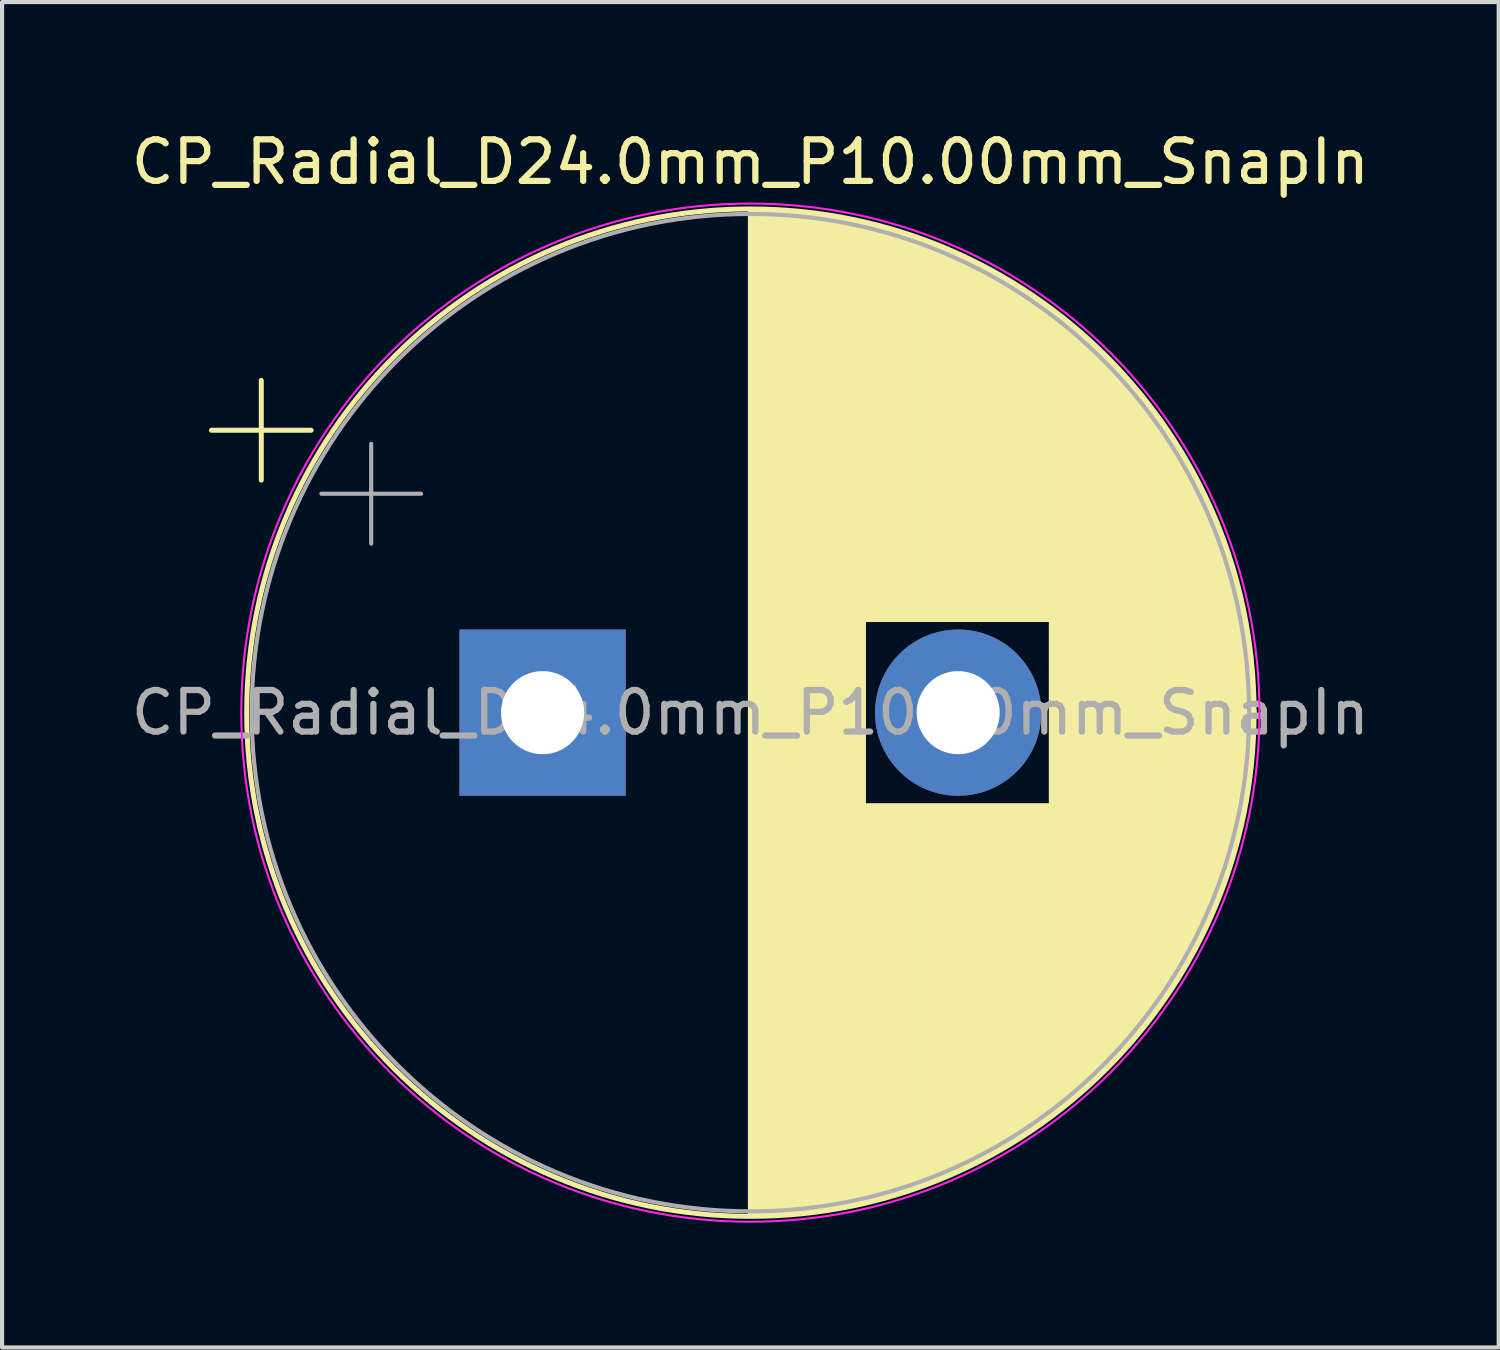
<source format=kicad_pcb>
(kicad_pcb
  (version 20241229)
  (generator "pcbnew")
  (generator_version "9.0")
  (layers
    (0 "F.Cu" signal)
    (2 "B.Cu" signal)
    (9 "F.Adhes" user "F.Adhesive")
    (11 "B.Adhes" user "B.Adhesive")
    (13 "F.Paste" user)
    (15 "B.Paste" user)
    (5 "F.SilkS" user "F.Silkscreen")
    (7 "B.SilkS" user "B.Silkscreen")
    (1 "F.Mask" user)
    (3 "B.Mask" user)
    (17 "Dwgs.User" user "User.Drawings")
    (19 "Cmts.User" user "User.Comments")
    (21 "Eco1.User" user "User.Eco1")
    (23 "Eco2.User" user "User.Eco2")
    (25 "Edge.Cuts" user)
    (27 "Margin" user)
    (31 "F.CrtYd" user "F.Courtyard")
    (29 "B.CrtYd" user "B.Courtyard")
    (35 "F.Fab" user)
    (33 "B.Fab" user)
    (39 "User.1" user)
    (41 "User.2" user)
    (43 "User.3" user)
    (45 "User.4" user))
  (footprint "CP_Radial_D24.0mm_P10.00mm_SnapIn"
    (layer "F.Cu")
    (at 10.006 14.098)
    (property "Reference" "CP_Radial_D24.0mm_P10.00mm_SnapIn" (at 5 -13.25 0) (layer "F.SilkS") (effects (font (size 1 1) (thickness 0.15))))
    (attr through_hole)
    (fp_line (start -7.969 -6.795) (end -5.569 -6.795) (stroke (width 0.12) (type solid)) (layer "F.SilkS"))
    (fp_line (start -6.769 -7.995) (end -6.769 -5.595) (stroke (width 0.12) (type solid)) (layer "F.SilkS"))
    (fp_line (start 5 -12.081) (end 5 12.081) (stroke (width 0.12) (type solid)) (layer "F.SilkS"))
    (fp_line (start 5.04 -12.08) (end 5.04 12.08) (stroke (width 0.12) (type solid)) (layer "F.SilkS"))
    (fp_line (start 5.08 -12.08) (end 5.08 12.08) (stroke (width 0.12) (type solid)) (layer "F.SilkS"))
    (fp_line (start 5.12 -12.08) (end 5.12 12.08) (stroke (width 0.12) (type solid)) (layer "F.SilkS"))
    (fp_line (start 5.16 -12.079) (end 5.16 12.079) (stroke (width 0.12) (type solid)) (layer "F.SilkS"))
    (fp_line (start 5.2 -12.079) (end 5.2 12.079) (stroke (width 0.12) (type solid)) (layer "F.SilkS"))
    (fp_line (start 5.24 -12.078) (end 5.24 12.078) (stroke (width 0.12) (type solid)) (layer "F.SilkS"))
    (fp_line (start 5.28 -12.077) (end 5.28 12.077) (stroke (width 0.12) (type solid)) (layer "F.SilkS"))
    (fp_line (start 5.32 -12.076) (end 5.32 12.076) (stroke (width 0.12) (type solid)) (layer "F.SilkS"))
    (fp_line (start 5.36 -12.075) (end 5.36 12.075) (stroke (width 0.12) (type solid)) (layer "F.SilkS"))
    (fp_line (start 5.4 -12.074) (end 5.4 12.074) (stroke (width 0.12) (type solid)) (layer "F.SilkS"))
    (fp_line (start 5.44 -12.073) (end 5.44 12.073) (stroke (width 0.12) (type solid)) (layer "F.SilkS"))
    (fp_line (start 5.48 -12.071) (end 5.48 12.071) (stroke (width 0.12) (type solid)) (layer "F.SilkS"))
    (fp_line (start 5.52 -12.069) (end 5.52 12.069) (stroke (width 0.12) (type solid)) (layer "F.SilkS"))
    (fp_line (start 5.56 -12.068) (end 5.56 12.068) (stroke (width 0.12) (type solid)) (layer "F.SilkS"))
    (fp_line (start 5.6 -12.066) (end 5.6 12.066) (stroke (width 0.12) (type solid)) (layer "F.SilkS"))
    (fp_line (start 5.64 -12.064) (end 5.64 12.064) (stroke (width 0.12) (type solid)) (layer "F.SilkS"))
    (fp_line (start 5.68 -12.061) (end 5.68 12.061) (stroke (width 0.12) (type solid)) (layer "F.SilkS"))
    (fp_line (start 5.721 -12.059) (end 5.721 12.059) (stroke (width 0.12) (type solid)) (layer "F.SilkS"))
    (fp_line (start 5.761 -12.057) (end 5.761 12.057) (stroke (width 0.12) (type solid)) (layer "F.SilkS"))
    (fp_line (start 5.801 -12.054) (end 5.801 12.054) (stroke (width 0.12) (type solid)) (layer "F.SilkS"))
    (fp_line (start 5.841 -12.051) (end 5.841 12.051) (stroke (width 0.12) (type solid)) (layer "F.SilkS"))
    (fp_line (start 5.881 -12.049) (end 5.881 12.049) (stroke (width 0.12) (type solid)) (layer "F.SilkS"))
    (fp_line (start 5.921 -12.046) (end 5.921 12.046) (stroke (width 0.12) (type solid)) (layer "F.SilkS"))
    (fp_line (start 5.961 -12.042) (end 5.961 12.042) (stroke (width 0.12) (type solid)) (layer "F.SilkS"))
    (fp_line (start 6.001 -12.039) (end 6.001 12.039) (stroke (width 0.12) (type solid)) (layer "F.SilkS"))
    (fp_line (start 6.041 -12.036) (end 6.041 12.036) (stroke (width 0.12) (type solid)) (layer "F.SilkS"))
    (fp_line (start 6.081 -12.032) (end 6.081 12.032) (stroke (width 0.12) (type solid)) (layer "F.SilkS"))
    (fp_line (start 6.121 -12.029) (end 6.121 12.029) (stroke (width 0.12) (type solid)) (layer "F.SilkS"))
    (fp_line (start 6.161 -12.025) (end 6.161 12.025) (stroke (width 0.12) (type solid)) (layer "F.SilkS"))
    (fp_line (start 6.201 -12.021) (end 6.201 12.021) (stroke (width 0.12) (type solid)) (layer "F.SilkS"))
    (fp_line (start 6.241 -12.017) (end 6.241 12.017) (stroke (width 0.12) (type solid)) (layer "F.SilkS"))
    (fp_line (start 6.281 -12.013) (end 6.281 12.013) (stroke (width 0.12) (type solid)) (layer "F.SilkS"))
    (fp_line (start 6.321 -12.008) (end 6.321 12.008) (stroke (width 0.12) (type solid)) (layer "F.SilkS"))
    (fp_line (start 6.361 -12.004) (end 6.361 12.004) (stroke (width 0.12) (type solid)) (layer "F.SilkS"))
    (fp_line (start 6.401 -11.999) (end 6.401 11.999) (stroke (width 0.12) (type solid)) (layer "F.SilkS"))
    (fp_line (start 6.441 -11.995) (end 6.441 11.995) (stroke (width 0.12) (type solid)) (layer "F.SilkS"))
    (fp_line (start 6.481 -11.99) (end 6.481 11.99) (stroke (width 0.12) (type solid)) (layer "F.SilkS"))
    (fp_line (start 6.521 -11.985) (end 6.521 11.985) (stroke (width 0.12) (type solid)) (layer "F.SilkS"))
    (fp_line (start 6.561 -11.98) (end 6.561 11.98) (stroke (width 0.12) (type solid)) (layer "F.SilkS"))
    (fp_line (start 6.601 -11.974) (end 6.601 11.974) (stroke (width 0.12) (type solid)) (layer "F.SilkS"))
    (fp_line (start 6.641 -11.969) (end 6.641 11.969) (stroke (width 0.12) (type solid)) (layer "F.SilkS"))
    (fp_line (start 6.681 -11.963) (end 6.681 11.963) (stroke (width 0.12) (type solid)) (layer "F.SilkS"))
    (fp_line (start 6.721 -11.958) (end 6.721 11.958) (stroke (width 0.12) (type solid)) (layer "F.SilkS"))
    (fp_line (start 6.761 -11.952) (end 6.761 11.952) (stroke (width 0.12) (type solid)) (layer "F.SilkS"))
    (fp_line (start 6.801 -11.946) (end 6.801 11.946) (stroke (width 0.12) (type solid)) (layer "F.SilkS"))
    (fp_line (start 6.841 -11.94) (end 6.841 11.94) (stroke (width 0.12) (type solid)) (layer "F.SilkS"))
    (fp_line (start 6.881 -11.934) (end 6.881 11.934) (stroke (width 0.12) (type solid)) (layer "F.SilkS"))
    (fp_line (start 6.921 -11.927) (end 6.921 11.927) (stroke (width 0.12) (type solid)) (layer "F.SilkS"))
    (fp_line (start 6.961 -11.921) (end 6.961 11.921) (stroke (width 0.12) (type solid)) (layer "F.SilkS"))
    (fp_line (start 7.001 -11.914) (end 7.001 11.914) (stroke (width 0.12) (type solid)) (layer "F.SilkS"))
    (fp_line (start 7.041 -11.908) (end 7.041 11.908) (stroke (width 0.12) (type solid)) (layer "F.SilkS"))
    (fp_line (start 7.081 -11.901) (end 7.081 11.901) (stroke (width 0.12) (type solid)) (layer "F.SilkS"))
    (fp_line (start 7.121 -11.894) (end 7.121 11.894) (stroke (width 0.12) (type solid)) (layer "F.SilkS"))
    (fp_line (start 7.161 -11.886) (end 7.161 11.886) (stroke (width 0.12) (type solid)) (layer "F.SilkS"))
    (fp_line (start 7.201 -11.879) (end 7.201 11.879) (stroke (width 0.12) (type solid)) (layer "F.SilkS"))
    (fp_line (start 7.241 -11.872) (end 7.241 11.872) (stroke (width 0.12) (type solid)) (layer "F.SilkS"))
    (fp_line (start 7.281 -11.864) (end 7.281 11.864) (stroke (width 0.12) (type solid)) (layer "F.SilkS"))
    (fp_line (start 7.321 -11.856) (end 7.321 11.856) (stroke (width 0.12) (type solid)) (layer "F.SilkS"))
    (fp_line (start 7.361 -11.849) (end 7.361 11.849) (stroke (width 0.12) (type solid)) (layer "F.SilkS"))
    (fp_line (start 7.401 -11.841) (end 7.401 11.841) (stroke (width 0.12) (type solid)) (layer "F.SilkS"))
    (fp_line (start 7.441 -11.832) (end 7.441 11.832) (stroke (width 0.12) (type solid)) (layer "F.SilkS"))
    (fp_line (start 7.481 -11.824) (end 7.481 11.824) (stroke (width 0.12) (type solid)) (layer "F.SilkS"))
    (fp_line (start 7.521 -11.816) (end 7.521 11.816) (stroke (width 0.12) (type solid)) (layer "F.SilkS"))
    (fp_line (start 7.561 -11.807) (end 7.561 11.807) (stroke (width 0.12) (type solid)) (layer "F.SilkS"))
    (fp_line (start 7.601 -11.798) (end 7.601 11.798) (stroke (width 0.12) (type solid)) (layer "F.SilkS"))
    (fp_line (start 7.641 -11.789) (end 7.641 11.789) (stroke (width 0.12) (type solid)) (layer "F.SilkS"))
    (fp_line (start 7.681 -11.78) (end 7.681 11.78) (stroke (width 0.12) (type solid)) (layer "F.SilkS"))
    (fp_line (start 7.721 -11.771) (end 7.721 11.771) (stroke (width 0.12) (type solid)) (layer "F.SilkS"))
    (fp_line (start 7.761 -11.762) (end 7.761 -2.24) (stroke (width 0.12) (type solid)) (layer "F.SilkS"))
    (fp_line (start 7.761 2.24) (end 7.761 11.762) (stroke (width 0.12) (type solid)) (layer "F.SilkS"))
    (fp_line (start 7.801 -11.753) (end 7.801 -2.24) (stroke (width 0.12) (type solid)) (layer "F.SilkS"))
    (fp_line (start 7.801 2.24) (end 7.801 11.753) (stroke (width 0.12) (type solid)) (layer "F.SilkS"))
    (fp_line (start 7.841 -11.743) (end 7.841 -2.24) (stroke (width 0.12) (type solid)) (layer "F.SilkS"))
    (fp_line (start 7.841 2.24) (end 7.841 11.743) (stroke (width 0.12) (type solid)) (layer "F.SilkS"))
    (fp_line (start 7.881 -11.733) (end 7.881 -2.24) (stroke (width 0.12) (type solid)) (layer "F.SilkS"))
    (fp_line (start 7.881 2.24) (end 7.881 11.733) (stroke (width 0.12) (type solid)) (layer "F.SilkS"))
    (fp_line (start 7.921 -11.723) (end 7.921 -2.24) (stroke (width 0.12) (type solid)) (layer "F.SilkS"))
    (fp_line (start 7.921 2.24) (end 7.921 11.723) (stroke (width 0.12) (type solid)) (layer "F.SilkS"))
    (fp_line (start 7.961 -11.713) (end 7.961 -2.24) (stroke (width 0.12) (type solid)) (layer "F.SilkS"))
    (fp_line (start 7.961 2.24) (end 7.961 11.713) (stroke (width 0.12) (type solid)) (layer "F.SilkS"))
    (fp_line (start 8.001 -11.703) (end 8.001 -2.24) (stroke (width 0.12) (type solid)) (layer "F.SilkS"))
    (fp_line (start 8.001 2.24) (end 8.001 11.703) (stroke (width 0.12) (type solid)) (layer "F.SilkS"))
    (fp_line (start 8.041 -11.693) (end 8.041 -2.24) (stroke (width 0.12) (type solid)) (layer "F.SilkS"))
    (fp_line (start 8.041 2.24) (end 8.041 11.693) (stroke (width 0.12) (type solid)) (layer "F.SilkS"))
    (fp_line (start 8.081 -11.683) (end 8.081 -2.24) (stroke (width 0.12) (type solid)) (layer "F.SilkS"))
    (fp_line (start 8.081 2.24) (end 8.081 11.683) (stroke (width 0.12) (type solid)) (layer "F.SilkS"))
    (fp_line (start 8.121 -11.672) (end 8.121 -2.24) (stroke (width 0.12) (type solid)) (layer "F.SilkS"))
    (fp_line (start 8.121 2.24) (end 8.121 11.672) (stroke (width 0.12) (type solid)) (layer "F.SilkS"))
    (fp_line (start 8.161 -11.661) (end 8.161 -2.24) (stroke (width 0.12) (type solid)) (layer "F.SilkS"))
    (fp_line (start 8.161 2.24) (end 8.161 11.661) (stroke (width 0.12) (type solid)) (layer "F.SilkS"))
    (fp_line (start 8.201 -11.65) (end 8.201 -2.24) (stroke (width 0.12) (type solid)) (layer "F.SilkS"))
    (fp_line (start 8.201 2.24) (end 8.201 11.65) (stroke (width 0.12) (type solid)) (layer "F.SilkS"))
    (fp_line (start 8.241 -11.639) (end 8.241 -2.24) (stroke (width 0.12) (type solid)) (layer "F.SilkS"))
    (fp_line (start 8.241 2.24) (end 8.241 11.639) (stroke (width 0.12) (type solid)) (layer "F.SilkS"))
    (fp_line (start 8.281 -11.628) (end 8.281 -2.24) (stroke (width 0.12) (type solid)) (layer "F.SilkS"))
    (fp_line (start 8.281 2.24) (end 8.281 11.628) (stroke (width 0.12) (type solid)) (layer "F.SilkS"))
    (fp_line (start 8.321 -11.617) (end 8.321 -2.24) (stroke (width 0.12) (type solid)) (layer "F.SilkS"))
    (fp_line (start 8.321 2.24) (end 8.321 11.617) (stroke (width 0.12) (type solid)) (layer "F.SilkS"))
    (fp_line (start 8.361 -11.605) (end 8.361 -2.24) (stroke (width 0.12) (type solid)) (layer "F.SilkS"))
    (fp_line (start 8.361 2.24) (end 8.361 11.605) (stroke (width 0.12) (type solid)) (layer "F.SilkS"))
    (fp_line (start 8.401 -11.594) (end 8.401 -2.24) (stroke (width 0.12) (type solid)) (layer "F.SilkS"))
    (fp_line (start 8.401 2.24) (end 8.401 11.594) (stroke (width 0.12) (type solid)) (layer "F.SilkS"))
    (fp_line (start 8.441 -11.582) (end 8.441 -2.24) (stroke (width 0.12) (type solid)) (layer "F.SilkS"))
    (fp_line (start 8.441 2.24) (end 8.441 11.582) (stroke (width 0.12) (type solid)) (layer "F.SilkS"))
    (fp_line (start 8.481 -11.57) (end 8.481 -2.24) (stroke (width 0.12) (type solid)) (layer "F.SilkS"))
    (fp_line (start 8.481 2.24) (end 8.481 11.57) (stroke (width 0.12) (type solid)) (layer "F.SilkS"))
    (fp_line (start 8.521 -11.558) (end 8.521 -2.24) (stroke (width 0.12) (type solid)) (layer "F.SilkS"))
    (fp_line (start 8.521 2.24) (end 8.521 11.558) (stroke (width 0.12) (type solid)) (layer "F.SilkS"))
    (fp_line (start 8.561 -11.546) (end 8.561 -2.24) (stroke (width 0.12) (type solid)) (layer "F.SilkS"))
    (fp_line (start 8.561 2.24) (end 8.561 11.546) (stroke (width 0.12) (type solid)) (layer "F.SilkS"))
    (fp_line (start 8.601 -11.534) (end 8.601 -2.24) (stroke (width 0.12) (type solid)) (layer "F.SilkS"))
    (fp_line (start 8.601 2.24) (end 8.601 11.534) (stroke (width 0.12) (type solid)) (layer "F.SilkS"))
    (fp_line (start 8.641 -11.521) (end 8.641 -2.24) (stroke (width 0.12) (type solid)) (layer "F.SilkS"))
    (fp_line (start 8.641 2.24) (end 8.641 11.521) (stroke (width 0.12) (type solid)) (layer "F.SilkS"))
    (fp_line (start 8.681 -11.508) (end 8.681 -2.24) (stroke (width 0.12) (type solid)) (layer "F.SilkS"))
    (fp_line (start 8.681 2.24) (end 8.681 11.508) (stroke (width 0.12) (type solid)) (layer "F.SilkS"))
    (fp_line (start 8.721 -11.495) (end 8.721 -2.24) (stroke (width 0.12) (type solid)) (layer "F.SilkS"))
    (fp_line (start 8.721 2.24) (end 8.721 11.495) (stroke (width 0.12) (type solid)) (layer "F.SilkS"))
    (fp_line (start 8.761 -11.483) (end 8.761 -2.24) (stroke (width 0.12) (type solid)) (layer "F.SilkS"))
    (fp_line (start 8.761 2.24) (end 8.761 11.483) (stroke (width 0.12) (type solid)) (layer "F.SilkS"))
    (fp_line (start 8.801 -11.469) (end 8.801 -2.24) (stroke (width 0.12) (type solid)) (layer "F.SilkS"))
    (fp_line (start 8.801 2.24) (end 8.801 11.469) (stroke (width 0.12) (type solid)) (layer "F.SilkS"))
    (fp_line (start 8.841 -11.456) (end 8.841 -2.24) (stroke (width 0.12) (type solid)) (layer "F.SilkS"))
    (fp_line (start 8.841 2.24) (end 8.841 11.456) (stroke (width 0.12) (type solid)) (layer "F.SilkS"))
    (fp_line (start 8.881 -11.443) (end 8.881 -2.24) (stroke (width 0.12) (type solid)) (layer "F.SilkS"))
    (fp_line (start 8.881 2.24) (end 8.881 11.443) (stroke (width 0.12) (type solid)) (layer "F.SilkS"))
    (fp_line (start 8.921 -11.429) (end 8.921 -2.24) (stroke (width 0.12) (type solid)) (layer "F.SilkS"))
    (fp_line (start 8.921 2.24) (end 8.921 11.429) (stroke (width 0.12) (type solid)) (layer "F.SilkS"))
    (fp_line (start 8.961 -11.415) (end 8.961 -2.24) (stroke (width 0.12) (type solid)) (layer "F.SilkS"))
    (fp_line (start 8.961 2.24) (end 8.961 11.415) (stroke (width 0.12) (type solid)) (layer "F.SilkS"))
    (fp_line (start 9.001 -11.401) (end 9.001 -2.24) (stroke (width 0.12) (type solid)) (layer "F.SilkS"))
    (fp_line (start 9.001 2.24) (end 9.001 11.401) (stroke (width 0.12) (type solid)) (layer "F.SilkS"))
    (fp_line (start 9.041 -11.387) (end 9.041 -2.24) (stroke (width 0.12) (type solid)) (layer "F.SilkS"))
    (fp_line (start 9.041 2.24) (end 9.041 11.387) (stroke (width 0.12) (type solid)) (layer "F.SilkS"))
    (fp_line (start 9.081 -11.373) (end 9.081 -2.24) (stroke (width 0.12) (type solid)) (layer "F.SilkS"))
    (fp_line (start 9.081 2.24) (end 9.081 11.373) (stroke (width 0.12) (type solid)) (layer "F.SilkS"))
    (fp_line (start 9.121 -11.359) (end 9.121 -2.24) (stroke (width 0.12) (type solid)) (layer "F.SilkS"))
    (fp_line (start 9.121 2.24) (end 9.121 11.359) (stroke (width 0.12) (type solid)) (layer "F.SilkS"))
    (fp_line (start 9.161 -11.344) (end 9.161 -2.24) (stroke (width 0.12) (type solid)) (layer "F.SilkS"))
    (fp_line (start 9.161 2.24) (end 9.161 11.344) (stroke (width 0.12) (type solid)) (layer "F.SilkS"))
    (fp_line (start 9.201 -11.33) (end 9.201 -2.24) (stroke (width 0.12) (type solid)) (layer "F.SilkS"))
    (fp_line (start 9.201 2.24) (end 9.201 11.33) (stroke (width 0.12) (type solid)) (layer "F.SilkS"))
    (fp_line (start 9.241 -11.315) (end 9.241 -2.24) (stroke (width 0.12) (type solid)) (layer "F.SilkS"))
    (fp_line (start 9.241 2.24) (end 9.241 11.315) (stroke (width 0.12) (type solid)) (layer "F.SilkS"))
    (fp_line (start 9.281 -11.3) (end 9.281 -2.24) (stroke (width 0.12) (type solid)) (layer "F.SilkS"))
    (fp_line (start 9.281 2.24) (end 9.281 11.3) (stroke (width 0.12) (type solid)) (layer "F.SilkS"))
    (fp_line (start 9.321 -11.284) (end 9.321 -2.24) (stroke (width 0.12) (type solid)) (layer "F.SilkS"))
    (fp_line (start 9.321 2.24) (end 9.321 11.284) (stroke (width 0.12) (type solid)) (layer "F.SilkS"))
    (fp_line (start 9.361 -11.269) (end 9.361 -2.24) (stroke (width 0.12) (type solid)) (layer "F.SilkS"))
    (fp_line (start 9.361 2.24) (end 9.361 11.269) (stroke (width 0.12) (type solid)) (layer "F.SilkS"))
    (fp_line (start 9.401 -11.254) (end 9.401 -2.24) (stroke (width 0.12) (type solid)) (layer "F.SilkS"))
    (fp_line (start 9.401 2.24) (end 9.401 11.254) (stroke (width 0.12) (type solid)) (layer "F.SilkS"))
    (fp_line (start 9.441 -11.238) (end 9.441 -2.24) (stroke (width 0.12) (type solid)) (layer "F.SilkS"))
    (fp_line (start 9.441 2.24) (end 9.441 11.238) (stroke (width 0.12) (type solid)) (layer "F.SilkS"))
    (fp_line (start 9.481 -11.222) (end 9.481 -2.24) (stroke (width 0.12) (type solid)) (layer "F.SilkS"))
    (fp_line (start 9.481 2.24) (end 9.481 11.222) (stroke (width 0.12) (type solid)) (layer "F.SilkS"))
    (fp_line (start 9.521 -11.206) (end 9.521 -2.24) (stroke (width 0.12) (type solid)) (layer "F.SilkS"))
    (fp_line (start 9.521 2.24) (end 9.521 11.206) (stroke (width 0.12) (type solid)) (layer "F.SilkS"))
    (fp_line (start 9.561 -11.19) (end 9.561 -2.24) (stroke (width 0.12) (type solid)) (layer "F.SilkS"))
    (fp_line (start 9.561 2.24) (end 9.561 11.19) (stroke (width 0.12) (type solid)) (layer "F.SilkS"))
    (fp_line (start 9.601 -11.174) (end 9.601 -2.24) (stroke (width 0.12) (type solid)) (layer "F.SilkS"))
    (fp_line (start 9.601 2.24) (end 9.601 11.174) (stroke (width 0.12) (type solid)) (layer "F.SilkS"))
    (fp_line (start 9.641 -11.157) (end 9.641 -2.24) (stroke (width 0.12) (type solid)) (layer "F.SilkS"))
    (fp_line (start 9.641 2.24) (end 9.641 11.157) (stroke (width 0.12) (type solid)) (layer "F.SilkS"))
    (fp_line (start 9.681 -11.14) (end 9.681 -2.24) (stroke (width 0.12) (type solid)) (layer "F.SilkS"))
    (fp_line (start 9.681 2.24) (end 9.681 11.14) (stroke (width 0.12) (type solid)) (layer "F.SilkS"))
    (fp_line (start 9.721 -11.124) (end 9.721 -2.24) (stroke (width 0.12) (type solid)) (layer "F.SilkS"))
    (fp_line (start 9.721 2.24) (end 9.721 11.124) (stroke (width 0.12) (type solid)) (layer "F.SilkS"))
    (fp_line (start 9.761 -11.107) (end 9.761 -2.24) (stroke (width 0.12) (type solid)) (layer "F.SilkS"))
    (fp_line (start 9.761 2.24) (end 9.761 11.107) (stroke (width 0.12) (type solid)) (layer "F.SilkS"))
    (fp_line (start 9.801 -11.089) (end 9.801 -2.24) (stroke (width 0.12) (type solid)) (layer "F.SilkS"))
    (fp_line (start 9.801 2.24) (end 9.801 11.089) (stroke (width 0.12) (type solid)) (layer "F.SilkS"))
    (fp_line (start 9.841 -11.072) (end 9.841 -2.24) (stroke (width 0.12) (type solid)) (layer "F.SilkS"))
    (fp_line (start 9.841 2.24) (end 9.841 11.072) (stroke (width 0.12) (type solid)) (layer "F.SilkS"))
    (fp_line (start 9.881 -11.055) (end 9.881 -2.24) (stroke (width 0.12) (type solid)) (layer "F.SilkS"))
    (fp_line (start 9.881 2.24) (end 9.881 11.055) (stroke (width 0.12) (type solid)) (layer "F.SilkS"))
    (fp_line (start 9.921 -11.037) (end 9.921 -2.24) (stroke (width 0.12) (type solid)) (layer "F.SilkS"))
    (fp_line (start 9.921 2.24) (end 9.921 11.037) (stroke (width 0.12) (type solid)) (layer "F.SilkS"))
    (fp_line (start 9.961 -11.019) (end 9.961 -2.24) (stroke (width 0.12) (type solid)) (layer "F.SilkS"))
    (fp_line (start 9.961 2.24) (end 9.961 11.019) (stroke (width 0.12) (type solid)) (layer "F.SilkS"))
    (fp_line (start 10.001 -11.001) (end 10.001 -2.24) (stroke (width 0.12) (type solid)) (layer "F.SilkS"))
    (fp_line (start 10.001 2.24) (end 10.001 11.001) (stroke (width 0.12) (type solid)) (layer "F.SilkS"))
    (fp_line (start 10.041 -10.983) (end 10.041 -2.24) (stroke (width 0.12) (type solid)) (layer "F.SilkS"))
    (fp_line (start 10.041 2.24) (end 10.041 10.983) (stroke (width 0.12) (type solid)) (layer "F.SilkS"))
    (fp_line (start 10.081 -10.964) (end 10.081 -2.24) (stroke (width 0.12) (type solid)) (layer "F.SilkS"))
    (fp_line (start 10.081 2.24) (end 10.081 10.964) (stroke (width 0.12) (type solid)) (layer "F.SilkS"))
    (fp_line (start 10.121 -10.946) (end 10.121 -2.24) (stroke (width 0.12) (type solid)) (layer "F.SilkS"))
    (fp_line (start 10.121 2.24) (end 10.121 10.946) (stroke (width 0.12) (type solid)) (layer "F.SilkS"))
    (fp_line (start 10.161 -10.927) (end 10.161 -2.24) (stroke (width 0.12) (type solid)) (layer "F.SilkS"))
    (fp_line (start 10.161 2.24) (end 10.161 10.927) (stroke (width 0.12) (type solid)) (layer "F.SilkS"))
    (fp_line (start 10.201 -10.908) (end 10.201 -2.24) (stroke (width 0.12) (type solid)) (layer "F.SilkS"))
    (fp_line (start 10.201 2.24) (end 10.201 10.908) (stroke (width 0.12) (type solid)) (layer "F.SilkS"))
    (fp_line (start 10.241 -10.889) (end 10.241 -2.24) (stroke (width 0.12) (type solid)) (layer "F.SilkS"))
    (fp_line (start 10.241 2.24) (end 10.241 10.889) (stroke (width 0.12) (type solid)) (layer "F.SilkS"))
    (fp_line (start 10.281 -10.87) (end 10.281 -2.24) (stroke (width 0.12) (type solid)) (layer "F.SilkS"))
    (fp_line (start 10.281 2.24) (end 10.281 10.87) (stroke (width 0.12) (type solid)) (layer "F.SilkS"))
    (fp_line (start 10.321 -10.85) (end 10.321 -2.24) (stroke (width 0.12) (type solid)) (layer "F.SilkS"))
    (fp_line (start 10.321 2.24) (end 10.321 10.85) (stroke (width 0.12) (type solid)) (layer "F.SilkS"))
    (fp_line (start 10.361 -10.831) (end 10.361 -2.24) (stroke (width 0.12) (type solid)) (layer "F.SilkS"))
    (fp_line (start 10.361 2.24) (end 10.361 10.831) (stroke (width 0.12) (type solid)) (layer "F.SilkS"))
    (fp_line (start 10.401 -10.811) (end 10.401 -2.24) (stroke (width 0.12) (type solid)) (layer "F.SilkS"))
    (fp_line (start 10.401 2.24) (end 10.401 10.811) (stroke (width 0.12) (type solid)) (layer "F.SilkS"))
    (fp_line (start 10.441 -10.791) (end 10.441 -2.24) (stroke (width 0.12) (type solid)) (layer "F.SilkS"))
    (fp_line (start 10.441 2.24) (end 10.441 10.791) (stroke (width 0.12) (type solid)) (layer "F.SilkS"))
    (fp_line (start 10.481 -10.771) (end 10.481 -2.24) (stroke (width 0.12) (type solid)) (layer "F.SilkS"))
    (fp_line (start 10.481 2.24) (end 10.481 10.771) (stroke (width 0.12) (type solid)) (layer "F.SilkS"))
    (fp_line (start 10.521 -10.75) (end 10.521 -2.24) (stroke (width 0.12) (type solid)) (layer "F.SilkS"))
    (fp_line (start 10.521 2.24) (end 10.521 10.75) (stroke (width 0.12) (type solid)) (layer "F.SilkS"))
    (fp_line (start 10.561 -10.73) (end 10.561 -2.24) (stroke (width 0.12) (type solid)) (layer "F.SilkS"))
    (fp_line (start 10.561 2.24) (end 10.561 10.73) (stroke (width 0.12) (type solid)) (layer "F.SilkS"))
    (fp_line (start 10.601 -10.709) (end 10.601 -2.24) (stroke (width 0.12) (type solid)) (layer "F.SilkS"))
    (fp_line (start 10.601 2.24) (end 10.601 10.709) (stroke (width 0.12) (type solid)) (layer "F.SilkS"))
    (fp_line (start 10.641 -10.688) (end 10.641 -2.24) (stroke (width 0.12) (type solid)) (layer "F.SilkS"))
    (fp_line (start 10.641 2.24) (end 10.641 10.688) (stroke (width 0.12) (type solid)) (layer "F.SilkS"))
    (fp_line (start 10.681 -10.667) (end 10.681 -2.24) (stroke (width 0.12) (type solid)) (layer "F.SilkS"))
    (fp_line (start 10.681 2.24) (end 10.681 10.667) (stroke (width 0.12) (type solid)) (layer "F.SilkS"))
    (fp_line (start 10.721 -10.646) (end 10.721 -2.24) (stroke (width 0.12) (type solid)) (layer "F.SilkS"))
    (fp_line (start 10.721 2.24) (end 10.721 10.646) (stroke (width 0.12) (type solid)) (layer "F.SilkS"))
    (fp_line (start 10.761 -10.624) (end 10.761 -2.24) (stroke (width 0.12) (type solid)) (layer "F.SilkS"))
    (fp_line (start 10.761 2.24) (end 10.761 10.624) (stroke (width 0.12) (type solid)) (layer "F.SilkS"))
    (fp_line (start 10.801 -10.603) (end 10.801 -2.24) (stroke (width 0.12) (type solid)) (layer "F.SilkS"))
    (fp_line (start 10.801 2.24) (end 10.801 10.603) (stroke (width 0.12) (type solid)) (layer "F.SilkS"))
    (fp_line (start 10.841 -10.581) (end 10.841 -2.24) (stroke (width 0.12) (type solid)) (layer "F.SilkS"))
    (fp_line (start 10.841 2.24) (end 10.841 10.581) (stroke (width 0.12) (type solid)) (layer "F.SilkS"))
    (fp_line (start 10.881 -10.559) (end 10.881 -2.24) (stroke (width 0.12) (type solid)) (layer "F.SilkS"))
    (fp_line (start 10.881 2.24) (end 10.881 10.559) (stroke (width 0.12) (type solid)) (layer "F.SilkS"))
    (fp_line (start 10.921 -10.536) (end 10.921 -2.24) (stroke (width 0.12) (type solid)) (layer "F.SilkS"))
    (fp_line (start 10.921 2.24) (end 10.921 10.536) (stroke (width 0.12) (type solid)) (layer "F.SilkS"))
    (fp_line (start 10.961 -10.514) (end 10.961 -2.24) (stroke (width 0.12) (type solid)) (layer "F.SilkS"))
    (fp_line (start 10.961 2.24) (end 10.961 10.514) (stroke (width 0.12) (type solid)) (layer "F.SilkS"))
    (fp_line (start 11.001 -10.491) (end 11.001 -2.24) (stroke (width 0.12) (type solid)) (layer "F.SilkS"))
    (fp_line (start 11.001 2.24) (end 11.001 10.491) (stroke (width 0.12) (type solid)) (layer "F.SilkS"))
    (fp_line (start 11.041 -10.468) (end 11.041 -2.24) (stroke (width 0.12) (type solid)) (layer "F.SilkS"))
    (fp_line (start 11.041 2.24) (end 11.041 10.468) (stroke (width 0.12) (type solid)) (layer "F.SilkS"))
    (fp_line (start 11.081 -10.445) (end 11.081 -2.24) (stroke (width 0.12) (type solid)) (layer "F.SilkS"))
    (fp_line (start 11.081 2.24) (end 11.081 10.445) (stroke (width 0.12) (type solid)) (layer "F.SilkS"))
    (fp_line (start 11.121 -10.422) (end 11.121 -2.24) (stroke (width 0.12) (type solid)) (layer "F.SilkS"))
    (fp_line (start 11.121 2.24) (end 11.121 10.422) (stroke (width 0.12) (type solid)) (layer "F.SilkS"))
    (fp_line (start 11.161 -10.398) (end 11.161 -2.24) (stroke (width 0.12) (type solid)) (layer "F.SilkS"))
    (fp_line (start 11.161 2.24) (end 11.161 10.398) (stroke (width 0.12) (type solid)) (layer "F.SilkS"))
    (fp_line (start 11.201 -10.375) (end 11.201 -2.24) (stroke (width 0.12) (type solid)) (layer "F.SilkS"))
    (fp_line (start 11.201 2.24) (end 11.201 10.375) (stroke (width 0.12) (type solid)) (layer "F.SilkS"))
    (fp_line (start 11.241 -10.351) (end 11.241 -2.24) (stroke (width 0.12) (type solid)) (layer "F.SilkS"))
    (fp_line (start 11.241 2.24) (end 11.241 10.351) (stroke (width 0.12) (type solid)) (layer "F.SilkS"))
    (fp_line (start 11.281 -10.327) (end 11.281 -2.24) (stroke (width 0.12) (type solid)) (layer "F.SilkS"))
    (fp_line (start 11.281 2.24) (end 11.281 10.327) (stroke (width 0.12) (type solid)) (layer "F.SilkS"))
    (fp_line (start 11.321 -10.302) (end 11.321 -2.24) (stroke (width 0.12) (type solid)) (layer "F.SilkS"))
    (fp_line (start 11.321 2.24) (end 11.321 10.302) (stroke (width 0.12) (type solid)) (layer "F.SilkS"))
    (fp_line (start 11.361 -10.278) (end 11.361 -2.24) (stroke (width 0.12) (type solid)) (layer "F.SilkS"))
    (fp_line (start 11.361 2.24) (end 11.361 10.278) (stroke (width 0.12) (type solid)) (layer "F.SilkS"))
    (fp_line (start 11.401 -10.253) (end 11.401 -2.24) (stroke (width 0.12) (type solid)) (layer "F.SilkS"))
    (fp_line (start 11.401 2.24) (end 11.401 10.253) (stroke (width 0.12) (type solid)) (layer "F.SilkS"))
    (fp_line (start 11.441 -10.228) (end 11.441 -2.24) (stroke (width 0.12) (type solid)) (layer "F.SilkS"))
    (fp_line (start 11.441 2.24) (end 11.441 10.228) (stroke (width 0.12) (type solid)) (layer "F.SilkS"))
    (fp_line (start 11.481 -10.203) (end 11.481 -2.24) (stroke (width 0.12) (type solid)) (layer "F.SilkS"))
    (fp_line (start 11.481 2.24) (end 11.481 10.203) (stroke (width 0.12) (type solid)) (layer "F.SilkS"))
    (fp_line (start 11.521 -10.177) (end 11.521 -2.24) (stroke (width 0.12) (type solid)) (layer "F.SilkS"))
    (fp_line (start 11.521 2.24) (end 11.521 10.177) (stroke (width 0.12) (type solid)) (layer "F.SilkS"))
    (fp_line (start 11.561 -10.152) (end 11.561 -2.24) (stroke (width 0.12) (type solid)) (layer "F.SilkS"))
    (fp_line (start 11.561 2.24) (end 11.561 10.152) (stroke (width 0.12) (type solid)) (layer "F.SilkS"))
    (fp_line (start 11.601 -10.126) (end 11.601 -2.24) (stroke (width 0.12) (type solid)) (layer "F.SilkS"))
    (fp_line (start 11.601 2.24) (end 11.601 10.126) (stroke (width 0.12) (type solid)) (layer "F.SilkS"))
    (fp_line (start 11.641 -10.1) (end 11.641 -2.24) (stroke (width 0.12) (type solid)) (layer "F.SilkS"))
    (fp_line (start 11.641 2.24) (end 11.641 10.1) (stroke (width 0.12) (type solid)) (layer "F.SilkS"))
    (fp_line (start 11.681 -10.073) (end 11.681 -2.24) (stroke (width 0.12) (type solid)) (layer "F.SilkS"))
    (fp_line (start 11.681 2.24) (end 11.681 10.073) (stroke (width 0.12) (type solid)) (layer "F.SilkS"))
    (fp_line (start 11.721 -10.047) (end 11.721 -2.24) (stroke (width 0.12) (type solid)) (layer "F.SilkS"))
    (fp_line (start 11.721 2.24) (end 11.721 10.047) (stroke (width 0.12) (type solid)) (layer "F.SilkS"))
    (fp_line (start 11.761 -10.02) (end 11.761 -2.24) (stroke (width 0.12) (type solid)) (layer "F.SilkS"))
    (fp_line (start 11.761 2.24) (end 11.761 10.02) (stroke (width 0.12) (type solid)) (layer "F.SilkS"))
    (fp_line (start 11.801 -9.993) (end 11.801 -2.24) (stroke (width 0.12) (type solid)) (layer "F.SilkS"))
    (fp_line (start 11.801 2.24) (end 11.801 9.993) (stroke (width 0.12) (type solid)) (layer "F.SilkS"))
    (fp_line (start 11.841 -9.966) (end 11.841 -2.24) (stroke (width 0.12) (type solid)) (layer "F.SilkS"))
    (fp_line (start 11.841 2.24) (end 11.841 9.966) (stroke (width 0.12) (type solid)) (layer "F.SilkS"))
    (fp_line (start 11.881 -9.938) (end 11.881 -2.24) (stroke (width 0.12) (type solid)) (layer "F.SilkS"))
    (fp_line (start 11.881 2.24) (end 11.881 9.938) (stroke (width 0.12) (type solid)) (layer "F.SilkS"))
    (fp_line (start 11.921 -9.911) (end 11.921 -2.24) (stroke (width 0.12) (type solid)) (layer "F.SilkS"))
    (fp_line (start 11.921 2.24) (end 11.921 9.911) (stroke (width 0.12) (type solid)) (layer "F.SilkS"))
    (fp_line (start 11.961 -9.883) (end 11.961 -2.24) (stroke (width 0.12) (type solid)) (layer "F.SilkS"))
    (fp_line (start 11.961 2.24) (end 11.961 9.883) (stroke (width 0.12) (type solid)) (layer "F.SilkS"))
    (fp_line (start 12.001 -9.855) (end 12.001 -2.24) (stroke (width 0.12) (type solid)) (layer "F.SilkS"))
    (fp_line (start 12.001 2.24) (end 12.001 9.855) (stroke (width 0.12) (type solid)) (layer "F.SilkS"))
    (fp_line (start 12.041 -9.826) (end 12.041 -2.24) (stroke (width 0.12) (type solid)) (layer "F.SilkS"))
    (fp_line (start 12.041 2.24) (end 12.041 9.826) (stroke (width 0.12) (type solid)) (layer "F.SilkS"))
    (fp_line (start 12.081 -9.798) (end 12.081 -2.24) (stroke (width 0.12) (type solid)) (layer "F.SilkS"))
    (fp_line (start 12.081 2.24) (end 12.081 9.798) (stroke (width 0.12) (type solid)) (layer "F.SilkS"))
    (fp_line (start 12.121 -9.769) (end 12.121 -2.24) (stroke (width 0.12) (type solid)) (layer "F.SilkS"))
    (fp_line (start 12.121 2.24) (end 12.121 9.769) (stroke (width 0.12) (type solid)) (layer "F.SilkS"))
    (fp_line (start 12.161 -9.739) (end 12.161 -2.24) (stroke (width 0.12) (type solid)) (layer "F.SilkS"))
    (fp_line (start 12.161 2.24) (end 12.161 9.739) (stroke (width 0.12) (type solid)) (layer "F.SilkS"))
    (fp_line (start 12.201 -9.71) (end 12.201 -2.24) (stroke (width 0.12) (type solid)) (layer "F.SilkS"))
    (fp_line (start 12.201 2.24) (end 12.201 9.71) (stroke (width 0.12) (type solid)) (layer "F.SilkS"))
    (fp_line (start 12.241 -9.68) (end 12.241 9.68) (stroke (width 0.12) (type solid)) (layer "F.SilkS"))
    (fp_line (start 12.281 -9.65) (end 12.281 9.65) (stroke (width 0.12) (type solid)) (layer "F.SilkS"))
    (fp_line (start 12.321 -9.62) (end 12.321 9.62) (stroke (width 0.12) (type solid)) (layer "F.SilkS"))
    (fp_line (start 12.361 -9.59) (end 12.361 9.59) (stroke (width 0.12) (type solid)) (layer "F.SilkS"))
    (fp_line (start 12.401 -9.559) (end 12.401 9.559) (stroke (width 0.12) (type solid)) (layer "F.SilkS"))
    (fp_line (start 12.441 -9.528) (end 12.441 9.528) (stroke (width 0.12) (type solid)) (layer "F.SilkS"))
    (fp_line (start 12.481 -9.497) (end 12.481 9.497) (stroke (width 0.12) (type solid)) (layer "F.SilkS"))
    (fp_line (start 12.521 -9.465) (end 12.521 9.465) (stroke (width 0.12) (type solid)) (layer "F.SilkS"))
    (fp_line (start 12.561 -9.434) (end 12.561 9.434) (stroke (width 0.12) (type solid)) (layer "F.SilkS"))
    (fp_line (start 12.601 -9.402) (end 12.601 9.402) (stroke (width 0.12) (type solid)) (layer "F.SilkS"))
    (fp_line (start 12.641 -9.369) (end 12.641 9.369) (stroke (width 0.12) (type solid)) (layer "F.SilkS"))
    (fp_line (start 12.681 -9.337) (end 12.681 9.337) (stroke (width 0.12) (type solid)) (layer "F.SilkS"))
    (fp_line (start 12.721 -9.304) (end 12.721 9.304) (stroke (width 0.12) (type solid)) (layer "F.SilkS"))
    (fp_line (start 12.761 -9.271) (end 12.761 9.271) (stroke (width 0.12) (type solid)) (layer "F.SilkS"))
    (fp_line (start 12.801 -9.237) (end 12.801 9.237) (stroke (width 0.12) (type solid)) (layer "F.SilkS"))
    (fp_line (start 12.841 -9.203) (end 12.841 9.203) (stroke (width 0.12) (type solid)) (layer "F.SilkS"))
    (fp_line (start 12.881 -9.169) (end 12.881 9.169) (stroke (width 0.12) (type solid)) (layer "F.SilkS"))
    (fp_line (start 12.921 -9.135) (end 12.921 9.135) (stroke (width 0.12) (type solid)) (layer "F.SilkS"))
    (fp_line (start 12.961 -9.1) (end 12.961 9.1) (stroke (width 0.12) (type solid)) (layer "F.SilkS"))
    (fp_line (start 13.001 -9.065) (end 13.001 9.065) (stroke (width 0.12) (type solid)) (layer "F.SilkS"))
    (fp_line (start 13.041 -9.03) (end 13.041 9.03) (stroke (width 0.12) (type solid)) (layer "F.SilkS"))
    (fp_line (start 13.081 -8.994) (end 13.081 8.994) (stroke (width 0.12) (type solid)) (layer "F.SilkS"))
    (fp_line (start 13.121 -8.958) (end 13.121 8.958) (stroke (width 0.12) (type solid)) (layer "F.SilkS"))
    (fp_line (start 13.161 -8.922) (end 13.161 8.922) (stroke (width 0.12) (type solid)) (layer "F.SilkS"))
    (fp_line (start 13.2 -8.885) (end 13.2 8.885) (stroke (width 0.12) (type solid)) (layer "F.SilkS"))
    (fp_line (start 13.24 -8.849) (end 13.24 8.849) (stroke (width 0.12) (type solid)) (layer "F.SilkS"))
    (fp_line (start 13.28 -8.811) (end 13.28 8.811) (stroke (width 0.12) (type solid)) (layer "F.SilkS"))
    (fp_line (start 13.32 -8.774) (end 13.32 8.774) (stroke (width 0.12) (type solid)) (layer "F.SilkS"))
    (fp_line (start 13.36 -8.736) (end 13.36 8.736) (stroke (width 0.12) (type solid)) (layer "F.SilkS"))
    (fp_line (start 13.4 -8.697) (end 13.4 8.697) (stroke (width 0.12) (type solid)) (layer "F.SilkS"))
    (fp_line (start 13.44 -8.659) (end 13.44 8.659) (stroke (width 0.12) (type solid)) (layer "F.SilkS"))
    (fp_line (start 13.48 -8.62) (end 13.48 8.62) (stroke (width 0.12) (type solid)) (layer "F.SilkS"))
    (fp_line (start 13.52 -8.58) (end 13.52 8.58) (stroke (width 0.12) (type solid)) (layer "F.SilkS"))
    (fp_line (start 13.56 -8.541) (end 13.56 8.541) (stroke (width 0.12) (type solid)) (layer "F.SilkS"))
    (fp_line (start 13.6 -8.501) (end 13.6 8.501) (stroke (width 0.12) (type solid)) (layer "F.SilkS"))
    (fp_line (start 13.64 -8.46) (end 13.64 8.46) (stroke (width 0.12) (type solid)) (layer "F.SilkS"))
    (fp_line (start 13.68 -8.419) (end 13.68 8.419) (stroke (width 0.12) (type solid)) (layer "F.SilkS"))
    (fp_line (start 13.72 -8.378) (end 13.72 8.378) (stroke (width 0.12) (type solid)) (layer "F.SilkS"))
    (fp_line (start 13.76 -8.336) (end 13.76 8.336) (stroke (width 0.12) (type solid)) (layer "F.SilkS"))
    (fp_line (start 13.8 -8.294) (end 13.8 8.294) (stroke (width 0.12) (type solid)) (layer "F.SilkS"))
    (fp_line (start 13.84 -8.252) (end 13.84 8.252) (stroke (width 0.12) (type solid)) (layer "F.SilkS"))
    (fp_line (start 13.88 -8.209) (end 13.88 8.209) (stroke (width 0.12) (type solid)) (layer "F.SilkS"))
    (fp_line (start 13.92 -8.166) (end 13.92 8.166) (stroke (width 0.12) (type solid)) (layer "F.SilkS"))
    (fp_line (start 13.96 -8.122) (end 13.96 8.122) (stroke (width 0.12) (type solid)) (layer "F.SilkS"))
    (fp_line (start 14 -8.078) (end 14 8.078) (stroke (width 0.12) (type solid)) (layer "F.SilkS"))
    (fp_line (start 14.04 -8.033) (end 14.04 8.033) (stroke (width 0.12) (type solid)) (layer "F.SilkS"))
    (fp_line (start 14.08 -7.988) (end 14.08 7.988) (stroke (width 0.12) (type solid)) (layer "F.SilkS"))
    (fp_line (start 14.12 -7.943) (end 14.12 7.943) (stroke (width 0.12) (type solid)) (layer "F.SilkS"))
    (fp_line (start 14.16 -7.897) (end 14.16 7.897) (stroke (width 0.12) (type solid)) (layer "F.SilkS"))
    (fp_line (start 14.2 -7.851) (end 14.2 7.851) (stroke (width 0.12) (type solid)) (layer "F.SilkS"))
    (fp_line (start 14.24 -7.804) (end 14.24 7.804) (stroke (width 0.12) (type solid)) (layer "F.SilkS"))
    (fp_line (start 14.28 -7.756) (end 14.28 7.756) (stroke (width 0.12) (type solid)) (layer "F.SilkS"))
    (fp_line (start 14.32 -7.709) (end 14.32 7.709) (stroke (width 0.12) (type solid)) (layer "F.SilkS"))
    (fp_line (start 14.36 -7.66) (end 14.36 7.66) (stroke (width 0.12) (type solid)) (layer "F.SilkS"))
    (fp_line (start 14.4 -7.611) (end 14.4 7.611) (stroke (width 0.12) (type solid)) (layer "F.SilkS"))
    (fp_line (start 14.44 -7.562) (end 14.44 7.562) (stroke (width 0.12) (type solid)) (layer "F.SilkS"))
    (fp_line (start 14.48 -7.512) (end 14.48 7.512) (stroke (width 0.12) (type solid)) (layer "F.SilkS"))
    (fp_line (start 14.52 -7.461) (end 14.52 7.461) (stroke (width 0.12) (type solid)) (layer "F.SilkS"))
    (fp_line (start 14.56 -7.41) (end 14.56 7.41) (stroke (width 0.12) (type solid)) (layer "F.SilkS"))
    (fp_line (start 14.6 -7.359) (end 14.6 7.359) (stroke (width 0.12) (type solid)) (layer "F.SilkS"))
    (fp_line (start 14.64 -7.307) (end 14.64 7.307) (stroke (width 0.12) (type solid)) (layer "F.SilkS"))
    (fp_line (start 14.68 -7.254) (end 14.68 7.254) (stroke (width 0.12) (type solid)) (layer "F.SilkS"))
    (fp_line (start 14.72 -7.2) (end 14.72 7.2) (stroke (width 0.12) (type solid)) (layer "F.SilkS"))
    (fp_line (start 14.76 -7.146) (end 14.76 7.146) (stroke (width 0.12) (type solid)) (layer "F.SilkS"))
    (fp_line (start 14.8 -7.092) (end 14.8 7.092) (stroke (width 0.12) (type solid)) (layer "F.SilkS"))
    (fp_line (start 14.84 -7.036) (end 14.84 7.036) (stroke (width 0.12) (type solid)) (layer "F.SilkS"))
    (fp_line (start 14.88 -6.98) (end 14.88 6.98) (stroke (width 0.12) (type solid)) (layer "F.SilkS"))
    (fp_line (start 14.92 -6.924) (end 14.92 6.924) (stroke (width 0.12) (type solid)) (layer "F.SilkS"))
    (fp_line (start 14.96 -6.866) (end 14.96 6.866) (stroke (width 0.12) (type solid)) (layer "F.SilkS"))
    (fp_line (start 15 -6.808) (end 15 6.808) (stroke (width 0.12) (type solid)) (layer "F.SilkS"))
    (fp_line (start 15.04 -6.75) (end 15.04 6.75) (stroke (width 0.12) (type solid)) (layer "F.SilkS"))
    (fp_line (start 15.08 -6.69) (end 15.08 6.69) (stroke (width 0.12) (type solid)) (layer "F.SilkS"))
    (fp_line (start 15.12 -6.63) (end 15.12 6.63) (stroke (width 0.12) (type solid)) (layer "F.SilkS"))
    (fp_line (start 15.16 -6.569) (end 15.16 6.569) (stroke (width 0.12) (type solid)) (layer "F.SilkS"))
    (fp_line (start 15.2 -6.507) (end 15.2 6.507) (stroke (width 0.12) (type solid)) (layer "F.SilkS"))
    (fp_line (start 15.24 -6.444) (end 15.24 6.444) (stroke (width 0.12) (type solid)) (layer "F.SilkS"))
    (fp_line (start 15.28 -6.38) (end 15.28 6.38) (stroke (width 0.12) (type solid)) (layer "F.SilkS"))
    (fp_line (start 15.32 -6.316) (end 15.32 6.316) (stroke (width 0.12) (type solid)) (layer "F.SilkS"))
    (fp_line (start 15.36 -6.251) (end 15.36 6.251) (stroke (width 0.12) (type solid)) (layer "F.SilkS"))
    (fp_line (start 15.4 -6.184) (end 15.4 6.184) (stroke (width 0.12) (type solid)) (layer "F.SilkS"))
    (fp_line (start 15.44 -6.117) (end 15.44 6.117) (stroke (width 0.12) (type solid)) (layer "F.SilkS"))
    (fp_line (start 15.48 -6.049) (end 15.48 6.049) (stroke (width 0.12) (type solid)) (layer "F.SilkS"))
    (fp_line (start 15.52 -5.979) (end 15.52 5.979) (stroke (width 0.12) (type solid)) (layer "F.SilkS"))
    (fp_line (start 15.56 -5.909) (end 15.56 5.909) (stroke (width 0.12) (type solid)) (layer "F.SilkS"))
    (fp_line (start 15.6 -5.837) (end 15.6 5.837) (stroke (width 0.12) (type solid)) (layer "F.SilkS"))
    (fp_line (start 15.64 -5.764) (end 15.64 5.764) (stroke (width 0.12) (type solid)) (layer "F.SilkS"))
    (fp_line (start 15.68 -5.69) (end 15.68 5.69) (stroke (width 0.12) (type solid)) (layer "F.SilkS"))
    (fp_line (start 15.72 -5.615) (end 15.72 5.615) (stroke (width 0.12) (type solid)) (layer "F.SilkS"))
    (fp_line (start 15.76 -5.539) (end 15.76 5.539) (stroke (width 0.12) (type solid)) (layer "F.SilkS"))
    (fp_line (start 15.8 -5.461) (end 15.8 5.461) (stroke (width 0.12) (type solid)) (layer "F.SilkS"))
    (fp_line (start 15.84 -5.382) (end 15.84 5.382) (stroke (width 0.12) (type solid)) (layer "F.SilkS"))
    (fp_line (start 15.88 -5.301) (end 15.88 5.301) (stroke (width 0.12) (type solid)) (layer "F.SilkS"))
    (fp_line (start 15.92 -5.219) (end 15.92 5.219) (stroke (width 0.12) (type solid)) (layer "F.SilkS"))
    (fp_line (start 15.96 -5.135) (end 15.96 5.135) (stroke (width 0.12) (type solid)) (layer "F.SilkS"))
    (fp_line (start 16 -5.049) (end 16 5.049) (stroke (width 0.12) (type solid)) (layer "F.SilkS"))
    (fp_line (start 16.04 -4.962) (end 16.04 4.962) (stroke (width 0.12) (type solid)) (layer "F.SilkS"))
    (fp_line (start 16.08 -4.873) (end 16.08 4.873) (stroke (width 0.12) (type solid)) (layer "F.SilkS"))
    (fp_line (start 16.12 -4.781) (end 16.12 4.781) (stroke (width 0.12) (type solid)) (layer "F.SilkS"))
    (fp_line (start 16.16 -4.688) (end 16.16 4.688) (stroke (width 0.12) (type solid)) (layer "F.SilkS"))
    (fp_line (start 16.2 -4.592) (end 16.2 4.592) (stroke (width 0.12) (type solid)) (layer "F.SilkS"))
    (fp_line (start 16.24 -4.494) (end 16.24 4.494) (stroke (width 0.12) (type solid)) (layer "F.SilkS"))
    (fp_line (start 16.28 -4.394) (end 16.28 4.394) (stroke (width 0.12) (type solid)) (layer "F.SilkS"))
    (fp_line (start 16.32 -4.291) (end 16.32 4.291) (stroke (width 0.12) (type solid)) (layer "F.SilkS"))
    (fp_line (start 16.36 -4.185) (end 16.36 4.185) (stroke (width 0.12) (type solid)) (layer "F.SilkS"))
    (fp_line (start 16.4 -4.076) (end 16.4 4.076) (stroke (width 0.12) (type solid)) (layer "F.SilkS"))
    (fp_line (start 16.44 -3.963) (end 16.44 3.963) (stroke (width 0.12) (type solid)) (layer "F.SilkS"))
    (fp_line (start 16.48 -3.847) (end 16.48 3.847) (stroke (width 0.12) (type solid)) (layer "F.SilkS"))
    (fp_line (start 16.52 -3.727) (end 16.52 3.727) (stroke (width 0.12) (type solid)) (layer "F.SilkS"))
    (fp_line (start 16.56 -3.602) (end 16.56 3.602) (stroke (width 0.12) (type solid)) (layer "F.SilkS"))
    (fp_line (start 16.6 -3.473) (end 16.6 3.473) (stroke (width 0.12) (type solid)) (layer "F.SilkS"))
    (fp_line (start 16.64 -3.338) (end 16.64 3.338) (stroke (width 0.12) (type solid)) (layer "F.SilkS"))
    (fp_line (start 16.68 -3.197) (end 16.68 3.197) (stroke (width 0.12) (type solid)) (layer "F.SilkS"))
    (fp_line (start 16.72 -3.049) (end 16.72 3.049) (stroke (width 0.12) (type solid)) (layer "F.SilkS"))
    (fp_line (start 16.76 -2.893) (end 16.76 2.893) (stroke (width 0.12) (type solid)) (layer "F.SilkS"))
    (fp_line (start 16.8 -2.727) (end 16.8 2.727) (stroke (width 0.12) (type solid)) (layer "F.SilkS"))
    (fp_line (start 16.84 -2.551) (end 16.84 2.551) (stroke (width 0.12) (type solid)) (layer "F.SilkS"))
    (fp_line (start 16.88 -2.361) (end 16.88 2.361) (stroke (width 0.12) (type solid)) (layer "F.SilkS"))
    (fp_line (start 16.92 -2.153) (end 16.92 2.153) (stroke (width 0.12) (type solid)) (layer "F.SilkS"))
    (fp_line (start 16.96 -1.923) (end 16.96 1.923) (stroke (width 0.12) (type solid)) (layer "F.SilkS"))
    (fp_line (start 17 -1.662) (end 17 1.662) (stroke (width 0.12) (type solid)) (layer "F.SilkS"))
    (fp_line (start 17.04 -1.351) (end 17.04 1.351) (stroke (width 0.12) (type solid)) (layer "F.SilkS"))
    (fp_line (start 17.08 -0.944) (end 17.08 0.944) (stroke (width 0.12) (type solid)) (layer "F.SilkS"))
    (fp_line (start 17.12 -0.04) (end 17.12 0.04) (stroke (width 0.12) (type solid)) (layer "F.SilkS"))
    (fp_circle (center 5 0) (end 17.12 0) (stroke (width 0.12) (type solid)) (fill no) (layer "F.SilkS"))
    (fp_circle (center 5 0) (end 17.25 0) (stroke (width 0.05) (type solid)) (fill no) (layer "F.CrtYd"))
    (fp_line (start -5.324 -5.268) (end -2.924 -5.268) (stroke (width 0.1) (type solid)) (layer "F.Fab"))
    (fp_line (start -4.124 -6.468) (end -4.124 -4.067) (stroke (width 0.1) (type solid)) (layer "F.Fab"))
    (fp_circle (center 5 0) (end 17 0) (stroke (width 0.1) (type solid)) (fill no) (layer "F.Fab"))
    (fp_text user "${REFERENCE}" (at 5 0 0) (layer "F.Fab") (effects (font (size 1 1) (thickness 0.15))))
    (pad "1" thru_hole rect (at 0 0) (size 4 4) (drill 2) (layers "*.Cu" "*.Mask"))
    (pad "2" thru_hole circle (at 10 0) (size 4 4) (drill 2) (layers "*.Cu" "*.Mask")))
  (gr_rect
    (start -3 -3)
    (end 33.012 29.373)
    (stroke (width 0.1) (type default))
    (fill no)
    (layer "Edge.Cuts")))
</source>
